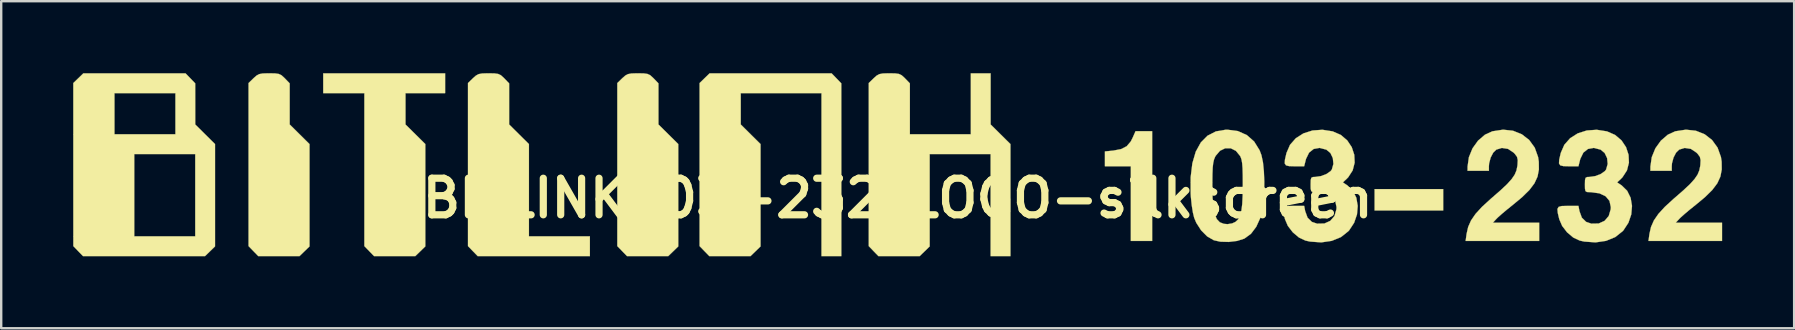
<source format=kicad_pcb>
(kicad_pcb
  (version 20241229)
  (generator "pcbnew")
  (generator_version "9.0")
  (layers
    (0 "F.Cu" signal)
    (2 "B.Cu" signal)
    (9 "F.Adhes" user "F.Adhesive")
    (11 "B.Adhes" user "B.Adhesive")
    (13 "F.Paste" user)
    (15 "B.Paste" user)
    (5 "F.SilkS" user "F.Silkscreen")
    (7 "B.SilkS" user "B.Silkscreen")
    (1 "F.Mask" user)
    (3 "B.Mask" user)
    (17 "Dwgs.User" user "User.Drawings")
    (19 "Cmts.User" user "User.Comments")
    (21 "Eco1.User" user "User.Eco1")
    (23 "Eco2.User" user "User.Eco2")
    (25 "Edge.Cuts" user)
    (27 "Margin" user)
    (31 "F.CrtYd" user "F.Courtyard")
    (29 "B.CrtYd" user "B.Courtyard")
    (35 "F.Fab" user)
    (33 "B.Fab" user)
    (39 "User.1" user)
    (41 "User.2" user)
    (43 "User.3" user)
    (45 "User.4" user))
  (footprint "BITLINK103-232_LOGO-silkscreen"
    (layer "F.Cu")
    (at 34.359 5.212)
    (property "Reference" "BITLINK103-232_LOGO-silkscreen" (at 0 0 0) (layer "F.SilkS") (effects (font (size 1.524 1.524) (thickness 0.3))))
    (attr through_hole)
    (fp_poly (pts (xy 22.733 0.508) (xy 19.875 0.508) (xy 19.875 -0.381) (xy 22.733 -0.381) (xy 22.733 0.508)) (stroke (width 0.01) (type solid)) (fill yes) (layer "F.SilkS"))
    (fp_poly (pts (xy 10.604 1.778) (xy 9.716 1.778) (xy 9.716 -1.333) (xy 8.636 -1.333) (xy 8.636 -1.951) (xy 8.99 -1.987) (xy 9.313 -2.049) (xy 9.543 -2.168) (xy 9.711 -2.364) (xy 9.788 -2.514) (xy 9.912 -2.794) (xy 10.604 -2.794) (xy 10.604 1.778)) (stroke (width 0.01) (type solid)) (fill yes) (layer "F.SilkS"))
    (fp_poly (pts (xy -18.86 -4.381) (xy -20.511 -4.381) (xy -20.511 -3.076) (xy -20.098 -2.667) (xy -19.685 -2.258) (xy -19.685 2.007) (xy -19.894 2.21) (xy -20.104 2.413) (xy -21.819 2.413) (xy -22.022 2.204) (xy -22.225 1.994) (xy -22.225 -4.381) (xy -23.939 -4.381) (xy -23.939 -5.207) (xy -18.86 -5.207) (xy -18.86 -4.381)) (stroke (width 0.01) (type solid)) (fill yes) (layer "F.SilkS"))
    (fp_poly (pts (xy -2.552 -4.998) (xy -2.35 -4.788) (xy -2.349 -1.188) (xy -2.349 2.413) (xy -3.175 2.413) (xy -3.175 -4.381) (xy -6.54 -4.381) (xy -6.54 -3.076) (xy -6.128 -2.667) (xy -5.715 -2.258) (xy -5.715 2.007) (xy -5.924 2.21) (xy -6.134 2.413) (xy -7.849 2.413) (xy -8.052 2.204) (xy -8.255 1.994) (xy -8.255 -4.801) (xy -8.046 -5.004) (xy -7.836 -5.207) (xy -5.296 -5.207) (xy -2.755 -5.207) (xy -2.552 -4.998)) (stroke (width 0.01) (type solid)) (fill yes) (layer "F.SilkS"))
    (fp_poly (pts (xy -16.804 -5.203) (xy -16.65 -5.181) (xy -16.538 -5.129) (xy -16.429 -5.031) (xy -16.395 -4.998) (xy -16.192 -4.788) (xy -16.192 -3.076) (xy -15.78 -2.667) (xy -15.367 -2.258) (xy -15.367 1.587) (xy -12.827 1.587) (xy -12.827 2.413) (xy -17.501 2.413) (xy -17.704 2.204) (xy -17.907 1.994) (xy -17.907 -4.801) (xy -17.698 -5.004) (xy -17.576 -5.112) (xy -17.464 -5.173) (xy -17.318 -5.2) (xy -17.095 -5.207) (xy -17.043 -5.207) (xy -16.804 -5.203)) (stroke (width 0.01) (type solid)) (fill yes) (layer "F.SilkS"))
    (fp_poly (pts (xy -10.581 -5.203) (xy -10.427 -5.181) (xy -10.315 -5.129) (xy -10.206 -5.031) (xy -10.172 -4.998) (xy -9.97 -4.788) (xy -9.97 -3.076) (xy -9.557 -2.667) (xy -9.144 -2.258) (xy -9.144 2.007) (xy -9.353 2.21) (xy -9.563 2.413) (xy -11.278 2.413) (xy -11.481 2.204) (xy -11.684 1.994) (xy -11.684 -4.801) (xy -11.475 -5.004) (xy -11.353 -5.112) (xy -11.241 -5.173) (xy -11.095 -5.2) (xy -10.872 -5.207) (xy -10.82 -5.207) (xy -10.581 -5.203)) (stroke (width 0.01) (type solid)) (fill yes) (layer "F.SilkS"))
    (fp_poly (pts (xy -25.948 -5.203) (xy -25.794 -5.181) (xy -25.682 -5.129) (xy -25.573 -5.031) (xy -25.539 -4.998) (xy -25.337 -4.788) (xy -25.337 -3.076) (xy -24.924 -2.667) (xy -24.511 -2.258) (xy -24.511 2.007) (xy -24.72 2.21) (xy -24.93 2.413) (xy -26.645 2.413) (xy -26.848 2.204) (xy -27.051 1.994) (xy -27.051 -1.403) (xy -27.051 -4.801) (xy -26.842 -5.004) (xy -26.72 -5.112) (xy -26.608 -5.173) (xy -26.462 -5.2) (xy -26.239 -5.207) (xy -26.187 -5.207) (xy -25.948 -5.203)) (stroke (width 0.01) (type solid)) (fill yes) (layer "F.SilkS"))
    (fp_poly (pts (xy 3.873 -3.076) (xy 4.286 -2.667) (xy 4.699 -2.258) (xy 4.699 2.413) (xy 3.873 2.413) (xy 3.873 -1.841) (xy 1.333 -1.841) (xy 1.333 2.007) (xy 1.124 2.21) (xy 0.915 2.413) (xy -0.801 2.413) (xy -1.004 2.204) (xy -1.206 1.994) (xy -1.206 -4.801) (xy -0.997 -5.004) (xy -0.876 -5.112) (xy -0.763 -5.173) (xy -0.617 -5.2) (xy -0.394 -5.207) (xy -0.343 -5.207) (xy -0.103 -5.203) (xy 0.051 -5.181) (xy 0.162 -5.129) (xy 0.272 -5.031) (xy 0.305 -4.998) (xy 0.508 -4.788) (xy 0.508 -2.667) (xy 3.048 -2.667) (xy 3.048 -5.207) (xy 3.873 -5.207) (xy 3.873 -3.076)) (stroke (width 0.01) (type solid)) (fill yes) (layer "F.SilkS"))
    (fp_poly (pts (xy -29.476 -4.998) (xy -29.274 -4.788) (xy -29.273 -3.932) (xy -29.273 -3.076) (xy -28.861 -2.667) (xy -28.448 -2.258) (xy -28.448 2.007) (xy -28.657 2.21) (xy -28.867 2.413) (xy -33.948 2.413) (xy -34.151 2.204) (xy -34.353 1.994) (xy -34.354 -1.403) (xy -34.354 -1.841) (xy -31.814 -1.841) (xy -31.814 1.587) (xy -29.273 1.587) (xy -29.273 -1.841) (xy -31.814 -1.841) (xy -34.354 -1.841) (xy -34.354 -4.381) (xy -32.639 -4.381) (xy -32.639 -2.667) (xy -30.099 -2.667) (xy -30.099 -4.381) (xy -32.639 -4.381) (xy -34.354 -4.381) (xy -34.354 -4.801) (xy -34.144 -5.004) (xy -33.935 -5.207) (xy -29.679 -5.207) (xy -29.476 -4.998)) (stroke (width 0.01) (type solid)) (fill yes) (layer "F.SilkS"))
    (fp_poly (pts (xy 25.641 -2.814) (xy 26.009 -2.667) (xy 26.316 -2.429) (xy 26.548 -2.109) (xy 26.688 -1.718) (xy 26.717 -1.524) (xy 26.721 -1.197) (xy 26.665 -0.903) (xy 26.537 -0.625) (xy 26.326 -0.345) (xy 26.021 -0.045) (xy 25.632 0.278) (xy 25.395 0.468) (xy 25.181 0.648) (xy 25.019 0.792) (xy 24.96 0.85) (xy 24.806 1.016) (xy 26.733 1.016) (xy 26.733 1.778) (xy 23.668 1.778) (xy 23.708 1.486) (xy 23.773 1.198) (xy 23.892 0.927) (xy 24.08 0.653) (xy 24.349 0.359) (xy 24.714 0.024) (xy 24.791 -0.042) (xy 25.141 -0.348) (xy 25.403 -0.595) (xy 25.588 -0.801) (xy 25.712 -0.983) (xy 25.786 -1.158) (xy 25.824 -1.344) (xy 25.83 -1.393) (xy 25.84 -1.593) (xy 25.81 -1.725) (xy 25.722 -1.845) (xy 25.667 -1.902) (xy 25.434 -2.058) (xy 25.179 -2.097) (xy 24.946 -2.027) (xy 24.818 -1.901) (xy 24.711 -1.695) (xy 24.647 -1.456) (xy 24.638 -1.336) (xy 24.638 -1.143) (xy 23.749 -1.143) (xy 23.749 -1.322) (xy 23.804 -1.711) (xy 23.955 -2.08) (xy 24.185 -2.401) (xy 24.474 -2.649) (xy 24.785 -2.791) (xy 25.228 -2.858) (xy 25.641 -2.814)) (stroke (width 0.01) (type solid)) (fill yes) (layer "F.SilkS"))
    (fp_poly (pts (xy 33.261 -2.814) (xy 33.629 -2.667) (xy 33.936 -2.429) (xy 34.168 -2.109) (xy 34.308 -1.718) (xy 34.337 -1.524) (xy 34.341 -1.197) (xy 34.285 -0.903) (xy 34.157 -0.625) (xy 33.946 -0.345) (xy 33.641 -0.045) (xy 33.252 0.278) (xy 33.015 0.468) (xy 32.801 0.648) (xy 32.639 0.792) (xy 32.58 0.85) (xy 32.426 1.016) (xy 34.353 1.016) (xy 34.353 1.778) (xy 31.288 1.778) (xy 31.328 1.486) (xy 31.393 1.198) (xy 31.512 0.927) (xy 31.7 0.653) (xy 31.969 0.359) (xy 32.334 0.024) (xy 32.411 -0.042) (xy 32.761 -0.348) (xy 33.023 -0.595) (xy 33.208 -0.801) (xy 33.332 -0.983) (xy 33.406 -1.158) (xy 33.444 -1.344) (xy 33.45 -1.393) (xy 33.46 -1.593) (xy 33.43 -1.725) (xy 33.342 -1.845) (xy 33.287 -1.902) (xy 33.054 -2.058) (xy 32.799 -2.097) (xy 32.566 -2.027) (xy 32.438 -1.901) (xy 32.331 -1.695) (xy 32.267 -1.456) (xy 32.258 -1.336) (xy 32.258 -1.143) (xy 31.369 -1.143) (xy 31.369 -1.322) (xy 31.424 -1.711) (xy 31.575 -2.08) (xy 31.805 -2.401) (xy 32.094 -2.649) (xy 32.405 -2.791) (xy 32.848 -2.858) (xy 33.261 -2.814)) (stroke (width 0.01) (type solid)) (fill yes) (layer "F.SilkS"))
    (fp_poly (pts (xy 14.177 -2.8) (xy 14.551 -2.633) (xy 14.856 -2.364) (xy 15.082 -2) (xy 15.159 -1.795) (xy 15.222 -1.499) (xy 15.261 -1.119) (xy 15.278 -0.691) (xy 15.272 -0.249) (xy 15.243 0.17) (xy 15.193 0.531) (xy 15.127 0.785) (xy 14.943 1.188) (xy 14.722 1.481) (xy 14.456 1.675) (xy 14.434 1.686) (xy 14.144 1.778) (xy 13.796 1.82) (xy 13.447 1.81) (xy 13.176 1.75) (xy 12.899 1.591) (xy 12.645 1.336) (xy 12.442 1.02) (xy 12.356 0.814) (xy 12.302 0.592) (xy 12.254 0.289) (xy 12.219 -0.048) (xy 12.21 -0.195) (xy 12.209 -0.54) (xy 13.113 -0.54) (xy 13.122 -0.028) (xy 13.153 0.369) (xy 13.211 0.665) (xy 13.301 0.872) (xy 13.426 1.002) (xy 13.593 1.066) (xy 13.748 1.079) (xy 13.937 1.048) (xy 14.078 0.984) (xy 14.186 0.881) (xy 14.267 0.734) (xy 14.323 0.525) (xy 14.359 0.237) (xy 14.378 -0.145) (xy 14.382 -0.572) (xy 14.38 -0.966) (xy 14.372 -1.256) (xy 14.355 -1.464) (xy 14.329 -1.611) (xy 14.29 -1.722) (xy 14.271 -1.76) (xy 14.095 -1.975) (xy 13.88 -2.083) (xy 13.65 -2.084) (xy 13.433 -1.98) (xy 13.254 -1.771) (xy 13.227 -1.722) (xy 13.181 -1.608) (xy 13.149 -1.467) (xy 13.128 -1.276) (xy 13.117 -1.012) (xy 13.113 -0.65) (xy 13.113 -0.54) (xy 12.209 -0.54) (xy 12.209 -0.874) (xy 12.28 -1.458) (xy 12.422 -1.943) (xy 12.634 -2.327) (xy 12.914 -2.609) (xy 13.261 -2.786) (xy 13.673 -2.856) (xy 13.741 -2.857) (xy 14.177 -2.8)) (stroke (width 0.01) (type solid)) (fill yes) (layer "F.SilkS"))
    (fp_poly (pts (xy 18.129 -2.787) (xy 18.467 -2.639) (xy 18.734 -2.412) (xy 18.923 -2.129) (xy 19.028 -1.811) (xy 19.043 -1.481) (xy 18.961 -1.161) (xy 18.775 -0.874) (xy 18.709 -0.807) (xy 18.552 -0.661) (xy 18.739 -0.537) (xy 18.97 -0.312) (xy 19.114 -0.019) (xy 19.171 0.318) (xy 19.141 0.673) (xy 19.022 1.021) (xy 18.814 1.338) (xy 18.783 1.372) (xy 18.473 1.618) (xy 18.089 1.775) (xy 17.652 1.839) (xy 17.184 1.805) (xy 16.992 1.763) (xy 16.722 1.636) (xy 16.466 1.42) (xy 16.26 1.152) (xy 16.14 0.873) (xy 16.078 0.611) (xy 16.064 0.447) (xy 16.113 0.36) (xy 16.241 0.324) (xy 16.463 0.318) (xy 16.503 0.318) (xy 16.94 0.318) (xy 16.981 0.535) (xy 17.081 0.809) (xy 17.261 0.985) (xy 17.477 1.058) (xy 17.782 1.052) (xy 18.029 0.941) (xy 18.202 0.738) (xy 18.284 0.457) (xy 18.288 0.367) (xy 18.233 0.11) (xy 18.073 -0.082) (xy 17.814 -0.205) (xy 17.462 -0.253) (xy 17.415 -0.254) (xy 17.293 -0.26) (xy 17.232 -0.299) (xy 17.211 -0.405) (xy 17.209 -0.572) (xy 17.213 -0.759) (xy 17.238 -0.853) (xy 17.305 -0.885) (xy 17.401 -0.889) (xy 17.638 -0.923) (xy 17.867 -1.01) (xy 18.04 -1.13) (xy 18.092 -1.197) (xy 18.158 -1.43) (xy 18.134 -1.673) (xy 18.032 -1.886) (xy 17.865 -2.025) (xy 17.582 -2.099) (xy 17.337 -2.055) (xy 17.144 -1.901) (xy 17.018 -1.644) (xy 17.01 -1.616) (xy 16.939 -1.333) (xy 16.534 -1.333) (xy 16.313 -1.339) (xy 16.183 -1.371) (xy 16.129 -1.452) (xy 16.138 -1.607) (xy 16.196 -1.859) (xy 16.203 -1.889) (xy 16.35 -2.227) (xy 16.592 -2.502) (xy 16.91 -2.704) (xy 17.287 -2.824) (xy 17.702 -2.854) (xy 18.129 -2.787)) (stroke (width 0.01) (type solid)) (fill yes) (layer "F.SilkS"))
    (fp_poly (pts (xy 29.559 -2.787) (xy 29.897 -2.639) (xy 30.164 -2.412) (xy 30.353 -2.129) (xy 30.458 -1.811) (xy 30.473 -1.481) (xy 30.391 -1.161) (xy 30.205 -0.874) (xy 30.139 -0.807) (xy 29.982 -0.661) (xy 30.169 -0.537) (xy 30.4 -0.312) (xy 30.544 -0.019) (xy 30.601 0.318) (xy 30.571 0.673) (xy 30.452 1.021) (xy 30.244 1.338) (xy 30.213 1.372) (xy 29.903 1.618) (xy 29.519 1.775) (xy 29.082 1.839) (xy 28.614 1.805) (xy 28.422 1.763) (xy 28.152 1.636) (xy 27.896 1.42) (xy 27.69 1.152) (xy 27.57 0.873) (xy 27.508 0.611) (xy 27.494 0.447) (xy 27.543 0.36) (xy 27.671 0.324) (xy 27.893 0.318) (xy 27.933 0.318) (xy 28.37 0.318) (xy 28.411 0.535) (xy 28.511 0.809) (xy 28.691 0.985) (xy 28.907 1.058) (xy 29.212 1.052) (xy 29.459 0.941) (xy 29.632 0.738) (xy 29.714 0.457) (xy 29.718 0.367) (xy 29.663 0.11) (xy 29.503 -0.082) (xy 29.244 -0.205) (xy 28.892 -0.253) (xy 28.845 -0.254) (xy 28.723 -0.26) (xy 28.662 -0.299) (xy 28.641 -0.405) (xy 28.639 -0.572) (xy 28.643 -0.759) (xy 28.668 -0.853) (xy 28.735 -0.885) (xy 28.831 -0.889) (xy 29.068 -0.923) (xy 29.297 -1.01) (xy 29.47 -1.13) (xy 29.522 -1.197) (xy 29.588 -1.43) (xy 29.564 -1.673) (xy 29.462 -1.886) (xy 29.295 -2.025) (xy 29.012 -2.099) (xy 28.767 -2.055) (xy 28.574 -1.901) (xy 28.448 -1.644) (xy 28.44 -1.616) (xy 28.369 -1.333) (xy 27.964 -1.333) (xy 27.743 -1.339) (xy 27.613 -1.371) (xy 27.559 -1.452) (xy 27.568 -1.607) (xy 27.626 -1.859) (xy 27.633 -1.889) (xy 27.78 -2.227) (xy 28.022 -2.502) (xy 28.34 -2.704) (xy 28.717 -2.824) (xy 29.132 -2.854) (xy 29.559 -2.787)) (stroke (width 0.01) (type solid)) (fill yes) (layer "F.SilkS")))
  (gr_rect
    (start -3 -3)
    (end 71.717 10.63)
    (stroke (width 0.1) (type default))
    (fill no)
    (layer "Edge.Cuts")))
</source>
